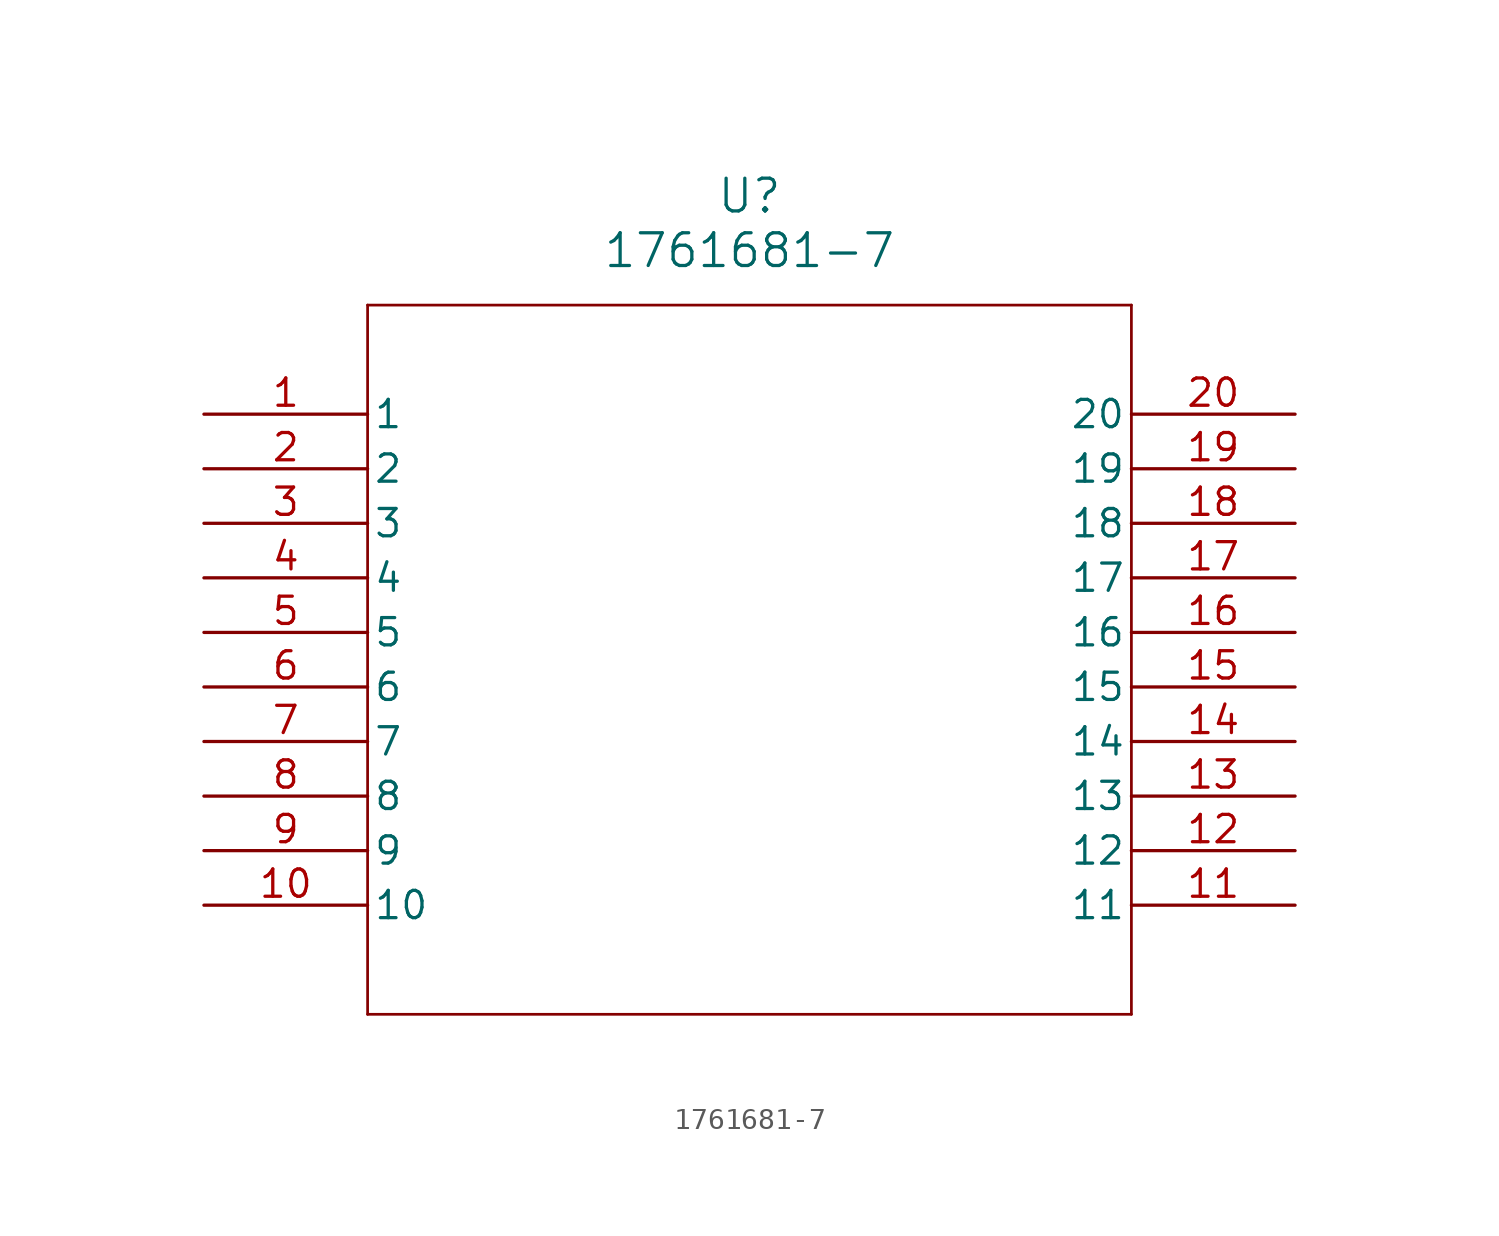
<source format=kicad_sym>
(kicad_symbol_lib
  (version 20211014)
  (generator kicad_symbol_editor)
  (symbol "1761681-7"
    (pin_names
      (offset 0.254))
    (property "Reference" "U"
      (at 25.4 10.16 0)
      (effects (font (size 1.524 1.524))))
    (property "Value" "1761681-7"
      (at 25.4 7.62 0)
      (effects (font (size 1.524 1.524))))
    (symbol "1761681-7_0_1"
      (polyline (pts (xy 7.62 5.08) (xy 7.62 -27.94)) (stroke (width 0.127) (type default) (color 0 0 0 0)) (fill (type none)))
      (polyline (pts (xy 7.62 -27.94) (xy 43.18 -27.94)) (stroke (width 0.127) (type default) (color 0 0 0 0)) (fill (type none)))
      (polyline (pts (xy 43.18 -27.94) (xy 43.18 5.08)) (stroke (width 0.127) (type default) (color 0 0 0 0)) (fill (type none)))
      (polyline (pts (xy 43.18 5.08) (xy 7.62 5.08)) (stroke (width 0.127) (type default) (color 0 0 0 0)) (fill (type none)))
      (pin unspecified line (at 0 0 0) (length 7.62) (name "1" (effects (font (size 1.27 1.27)))) (number "1" (effects (font (size 1.27 1.27)))))
      (pin unspecified line (at 0 -2.54 0) (length 7.62) (name "2" (effects (font (size 1.27 1.27)))) (number "2" (effects (font (size 1.27 1.27)))))
      (pin unspecified line (at 0 -5.08 0) (length 7.62) (name "3" (effects (font (size 1.27 1.27)))) (number "3" (effects (font (size 1.27 1.27)))))
      (pin unspecified line (at 0 -7.62 0) (length 7.62) (name "4" (effects (font (size 1.27 1.27)))) (number "4" (effects (font (size 1.27 1.27)))))
      (pin unspecified line (at 0 -10.16 0) (length 7.62) (name "5" (effects (font (size 1.27 1.27)))) (number "5" (effects (font (size 1.27 1.27)))))
      (pin unspecified line (at 0 -12.7 0) (length 7.62) (name "6" (effects (font (size 1.27 1.27)))) (number "6" (effects (font (size 1.27 1.27)))))
      (pin unspecified line (at 0 -15.24 0) (length 7.62) (name "7" (effects (font (size 1.27 1.27)))) (number "7" (effects (font (size 1.27 1.27)))))
      (pin unspecified line (at 0 -17.78 0) (length 7.62) (name "8" (effects (font (size 1.27 1.27)))) (number "8" (effects (font (size 1.27 1.27)))))
      (pin unspecified line (at 0 -20.32 0) (length 7.62) (name "9" (effects (font (size 1.27 1.27)))) (number "9" (effects (font (size 1.27 1.27)))))
      (pin unspecified line (at 0 -22.86 0) (length 7.62) (name "10" (effects (font (size 1.27 1.27)))) (number "10" (effects (font (size 1.27 1.27)))))
      (pin unspecified line (at 50.8 -22.86 180) (length 7.62) (name "11" (effects (font (size 1.27 1.27)))) (number "11" (effects (font (size 1.27 1.27)))))
      (pin unspecified line (at 50.8 -20.32 180) (length 7.62) (name "12" (effects (font (size 1.27 1.27)))) (number "12" (effects (font (size 1.27 1.27)))))
      (pin unspecified line (at 50.8 -17.78 180) (length 7.62) (name "13" (effects (font (size 1.27 1.27)))) (number "13" (effects (font (size 1.27 1.27)))))
      (pin unspecified line (at 50.8 -15.24 180) (length 7.62) (name "14" (effects (font (size 1.27 1.27)))) (number "14" (effects (font (size 1.27 1.27)))))
      (pin unspecified line (at 50.8 -12.7 180) (length 7.62) (name "15" (effects (font (size 1.27 1.27)))) (number "15" (effects (font (size 1.27 1.27)))))
      (pin unspecified line (at 50.8 -10.16 180) (length 7.62) (name "16" (effects (font (size 1.27 1.27)))) (number "16" (effects (font (size 1.27 1.27)))))
      (pin unspecified line (at 50.8 -7.62 180) (length 7.62) (name "17" (effects (font (size 1.27 1.27)))) (number "17" (effects (font (size 1.27 1.27)))))
      (pin unspecified line (at 50.8 -5.08 180) (length 7.62) (name "18" (effects (font (size 1.27 1.27)))) (number "18" (effects (font (size 1.27 1.27)))))
      (pin unspecified line (at 50.8 -2.54 180) (length 7.62) (name "19" (effects (font (size 1.27 1.27)))) (number "19" (effects (font (size 1.27 1.27)))))
      (pin unspecified line (at 50.8 0 180) (length 7.62) (name "20" (effects (font (size 1.27 1.27)))) (number "20" (effects (font (size 1.27 1.27))))))))
</source>
